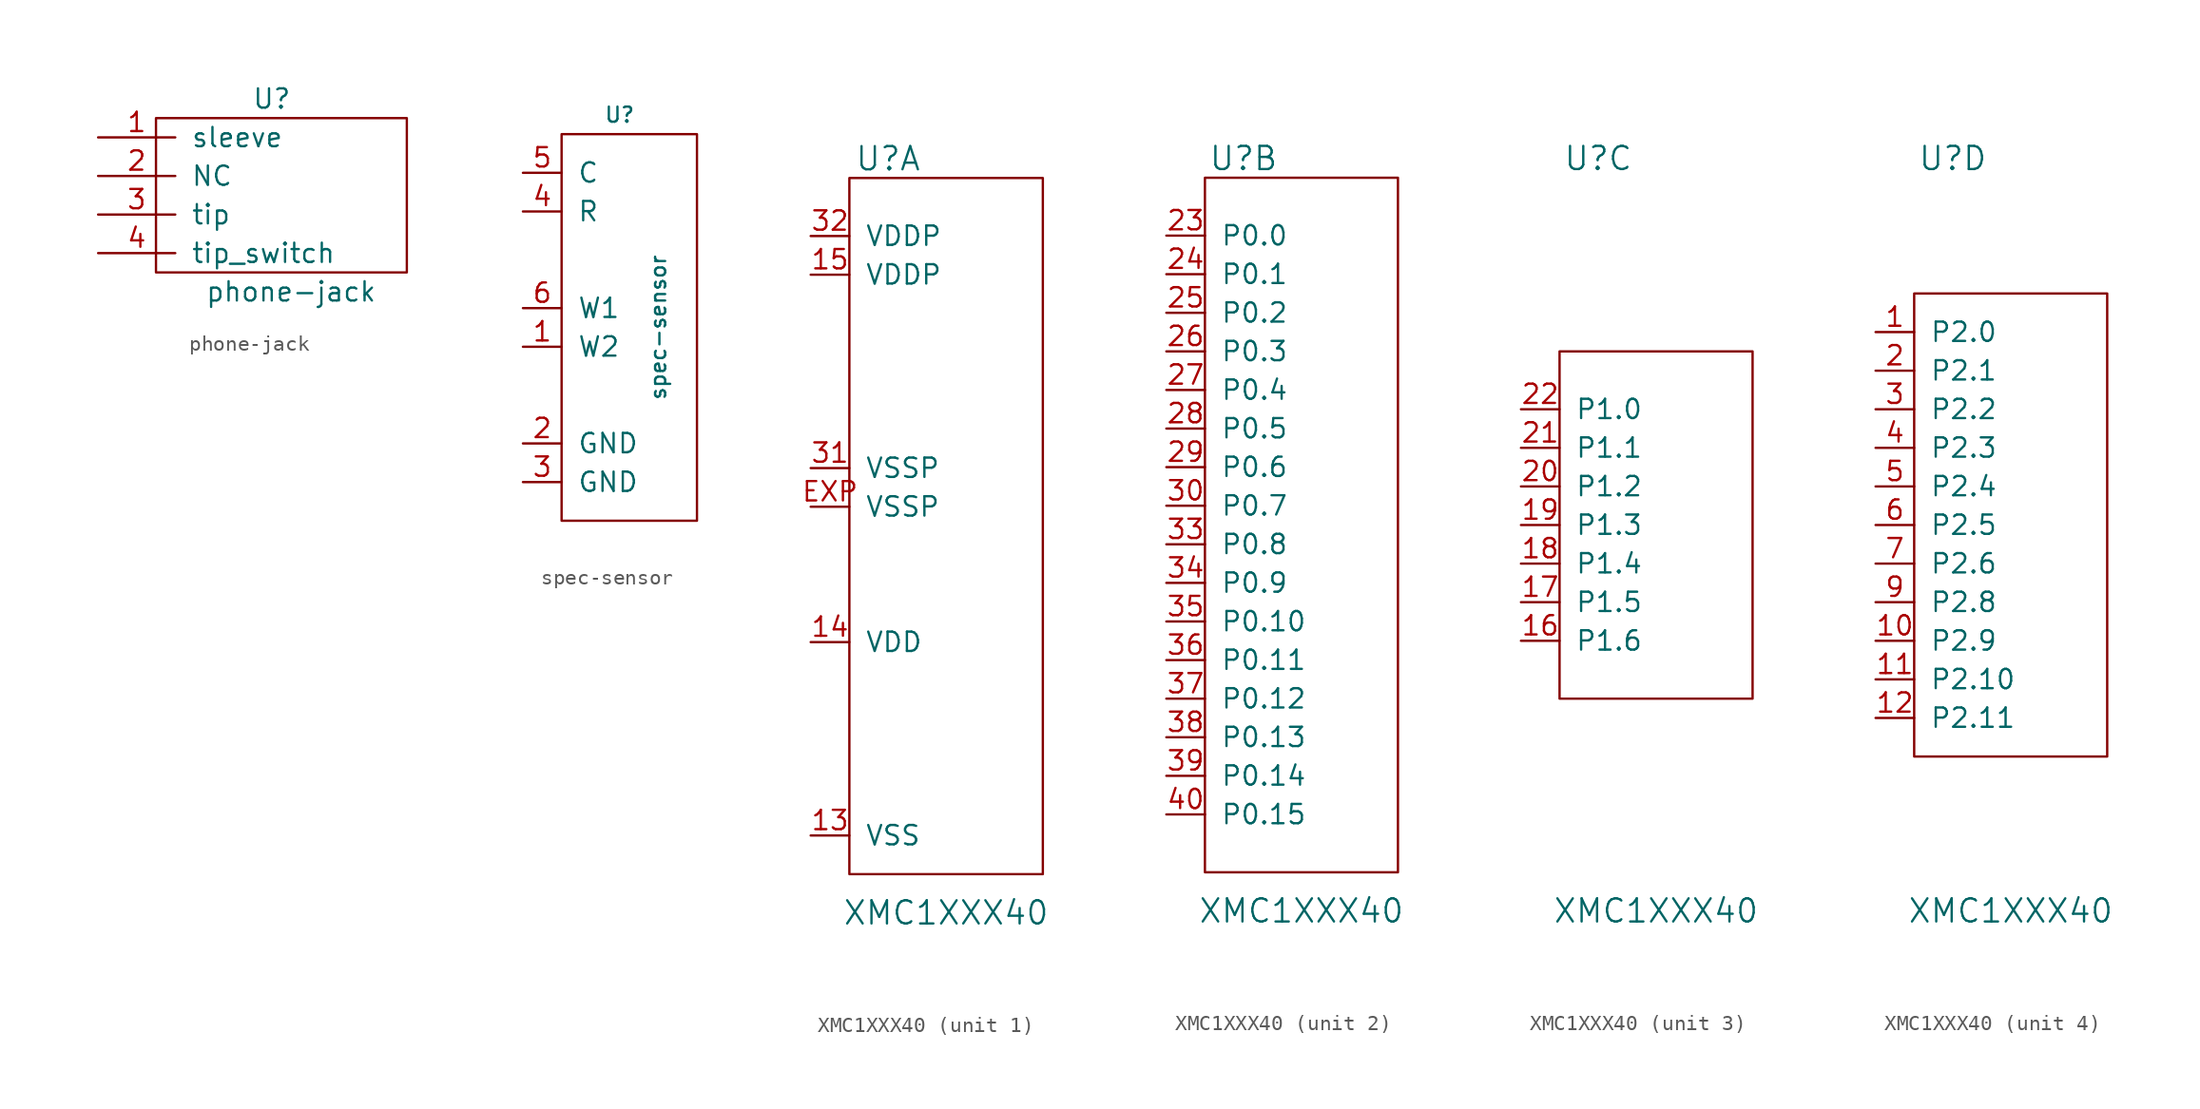
<source format=kicad_sym>
(kicad_symbol_lib
  (version 20210619)
  (generator kicad_symbol_editor)
  (symbol "tinkerforge:phone-jack"
    (pin_names
      (offset 1.016))
    (property "Reference" "U"
      (at 1.27 6.35 0)
      (effects (font (size 1.27 1.27))))
    (property "Value" "phone-jack"
      (at 2.54 -6.35 0)
      (effects (font (size 1.27 1.27))))
    (symbol "phone-jack_0_0"
      (rectangle (start -6.35 5.08) (end 10.16 -5.08) (stroke (width 0)) (fill (type none))))
    (symbol "phone-jack_1_1"
      (pin input line (at -10.16 3.81 0) (length 5.08) (name "sleeve" (effects (font (size 1.27 1.27)))) (number "1" (effects (font (size 1.27 1.27)))))
      (pin input line (at -10.16 1.27 0) (length 5.08) (name "NC" (effects (font (size 1.27 1.27)))) (number "2" (effects (font (size 1.27 1.27)))))
      (pin input line (at -10.16 -1.27 0) (length 5.08) (name "tip" (effects (font (size 1.27 1.27)))) (number "3" (effects (font (size 1.27 1.27)))))
      (pin input line (at -10.16 -3.81 0) (length 5.08) (name "tip_switch" (effects (font (size 1.27 1.27)))) (number "4" (effects (font (size 1.27 1.27)))))))
  (symbol "tinkerforge:spec-sensor"
    (pin_names
      (offset 1.016))
    (property "Reference" "U"
      (at 1.27 13.97 0)
      (effects (font (size 0.991 0.991))))
    (property "Value" "spec-sensor"
      (at 3.81 0 90)
      (effects (font (size 0.991 0.991))))
    (symbol "spec-sensor_0_1"
      (rectangle (start -2.54 12.7) (end 6.35 -12.7) (stroke (width 0)) (fill (type none))))
    (symbol "spec-sensor_1_1"
      (pin passive line (at -5.08 -1.27 0) (length 2.54) (name "W2" (effects (font (size 1.27 1.27)))) (number "1" (effects (font (size 1.27 1.27)))))
      (pin passive line (at -5.08 -7.62 0) (length 2.54) (name "GND" (effects (font (size 1.27 1.27)))) (number "2" (effects (font (size 1.27 1.27)))))
      (pin passive line (at -5.08 -10.16 0) (length 2.54) (name "GND" (effects (font (size 1.27 1.27)))) (number "3" (effects (font (size 1.27 1.27)))))
      (pin passive line (at -5.08 7.62 0) (length 2.54) (name "R" (effects (font (size 1.27 1.27)))) (number "4" (effects (font (size 1.27 1.27)))))
      (pin passive line (at -5.08 10.16 0) (length 2.54) (name "C" (effects (font (size 1.27 1.27)))) (number "5" (effects (font (size 1.27 1.27)))))
      (pin passive line (at -5.08 1.27 0) (length 2.54) (name "W1" (effects (font (size 1.27 1.27)))) (number "6" (effects (font (size 1.27 1.27)))))))
  (symbol "tinkerforge:XMC1XXX40"
    (pin_names
      (offset 1.016))
    (property "Reference" "U"
      (at -3.81 24.13 0)
      (effects (font (size 1.524 1.524))))
    (property "Value" "XMC1XXX40"
      (at 0 -25.4 0)
      (effects (font (size 1.524 1.524))))
    (property "Footprint" ""
      (at 3.81 19.05 0)
      (effects (font (size 1.524 1.524))))
    (property "Datasheet" ""
      (at 3.81 19.05 0)
      (effects (font (size 1.524 1.524))))
    (symbol "XMC1XXX40_1_1"
      (rectangle (start -6.35 22.86) (end 6.35 -22.86) (stroke (width 0)) (fill (type none)))
      (pin passive line (at -8.89 -20.32 0) (length 2.54) (name "VSS" (effects (font (size 1.27 1.27)))) (number "13" (effects (font (size 1.27 1.27)))))
      (pin passive line (at -8.89 -7.62 0) (length 2.54) (name "VDD" (effects (font (size 1.27 1.27)))) (number "14" (effects (font (size 1.27 1.27)))))
      (pin passive line (at -8.89 16.51 0) (length 2.54) (name "VDDP" (effects (font (size 1.27 1.27)))) (number "15" (effects (font (size 1.27 1.27)))))
      (pin passive line (at -8.89 3.81 0) (length 2.54) (name "VSSP" (effects (font (size 1.27 1.27)))) (number "31" (effects (font (size 1.27 1.27)))))
      (pin passive line (at -8.89 19.05 0) (length 2.54) (name "VDDP" (effects (font (size 1.27 1.27)))) (number "32" (effects (font (size 1.27 1.27)))))
      (pin passive line (at -8.89 1.27 0) (length 2.54) (name "VSSP" (effects (font (size 1.27 1.27)))) (number "EXP" (effects (font (size 1.27 1.27))))))
    (symbol "XMC1XXX40_2_1"
      (rectangle (start -6.35 22.86) (end 6.35 -22.86) (stroke (width 0)) (fill (type none)))
      (pin passive line (at -8.89 19.05 0) (length 2.54) (name "P0.0" (effects (font (size 1.27 1.27)))) (number "23" (effects (font (size 1.27 1.27)))))
      (pin passive line (at -8.89 16.51 0) (length 2.54) (name "P0.1" (effects (font (size 1.27 1.27)))) (number "24" (effects (font (size 1.27 1.27)))))
      (pin passive line (at -8.89 13.97 0) (length 2.54) (name "P0.2" (effects (font (size 1.27 1.27)))) (number "25" (effects (font (size 1.27 1.27)))))
      (pin passive line (at -8.89 11.43 0) (length 2.54) (name "P0.3" (effects (font (size 1.27 1.27)))) (number "26" (effects (font (size 1.27 1.27)))))
      (pin passive line (at -8.89 8.89 0) (length 2.54) (name "P0.4" (effects (font (size 1.27 1.27)))) (number "27" (effects (font (size 1.27 1.27)))))
      (pin passive line (at -8.89 6.35 0) (length 2.54) (name "P0.5" (effects (font (size 1.27 1.27)))) (number "28" (effects (font (size 1.27 1.27)))))
      (pin passive line (at -8.89 3.81 0) (length 2.54) (name "P0.6" (effects (font (size 1.27 1.27)))) (number "29" (effects (font (size 1.27 1.27)))))
      (pin passive line (at -8.89 1.27 0) (length 2.54) (name "P0.7" (effects (font (size 1.27 1.27)))) (number "30" (effects (font (size 1.27 1.27)))))
      (pin passive line (at -8.89 -1.27 0) (length 2.54) (name "P0.8" (effects (font (size 1.27 1.27)))) (number "33" (effects (font (size 1.27 1.27)))))
      (pin passive line (at -8.89 -3.81 0) (length 2.54) (name "P0.9" (effects (font (size 1.27 1.27)))) (number "34" (effects (font (size 1.27 1.27)))))
      (pin passive line (at -8.89 -6.35 0) (length 2.54) (name "P0.10" (effects (font (size 1.27 1.27)))) (number "35" (effects (font (size 1.27 1.27)))))
      (pin passive line (at -8.89 -8.89 0) (length 2.54) (name "P0.11" (effects (font (size 1.27 1.27)))) (number "36" (effects (font (size 1.27 1.27)))))
      (pin passive line (at -8.89 -11.43 0) (length 2.54) (name "P0.12" (effects (font (size 1.27 1.27)))) (number "37" (effects (font (size 1.27 1.27)))))
      (pin passive line (at -8.89 -13.97 0) (length 2.54) (name "P0.13" (effects (font (size 1.27 1.27)))) (number "38" (effects (font (size 1.27 1.27)))))
      (pin passive line (at -8.89 -16.51 0) (length 2.54) (name "P0.14" (effects (font (size 1.27 1.27)))) (number "39" (effects (font (size 1.27 1.27)))))
      (pin passive line (at -8.89 -19.05 0) (length 2.54) (name "P0.15" (effects (font (size 1.27 1.27)))) (number "40" (effects (font (size 1.27 1.27))))))
    (symbol "XMC1XXX40_3_1"
      (rectangle (start -6.35 11.43) (end 6.35 -11.43) (stroke (width 0)) (fill (type none)))
      (pin passive line (at -8.89 -7.62 0) (length 2.54) (name "P1.6" (effects (font (size 1.27 1.27)))) (number "16" (effects (font (size 1.27 1.27)))))
      (pin passive line (at -8.89 -5.08 0) (length 2.54) (name "P1.5" (effects (font (size 1.27 1.27)))) (number "17" (effects (font (size 1.27 1.27)))))
      (pin passive line (at -8.89 -2.54 0) (length 2.54) (name "P1.4" (effects (font (size 1.27 1.27)))) (number "18" (effects (font (size 1.27 1.27)))))
      (pin passive line (at -8.89 0 0) (length 2.54) (name "P1.3" (effects (font (size 1.27 1.27)))) (number "19" (effects (font (size 1.27 1.27)))))
      (pin passive line (at -8.89 2.54 0) (length 2.54) (name "P1.2" (effects (font (size 1.27 1.27)))) (number "20" (effects (font (size 1.27 1.27)))))
      (pin passive line (at -8.89 5.08 0) (length 2.54) (name "P1.1" (effects (font (size 1.27 1.27)))) (number "21" (effects (font (size 1.27 1.27)))))
      (pin passive line (at -8.89 7.62 0) (length 2.54) (name "P1.0" (effects (font (size 1.27 1.27)))) (number "22" (effects (font (size 1.27 1.27))))))
    (symbol "XMC1XXX40_4_1"
      (rectangle (start -6.35 15.24) (end 6.35 -15.24) (stroke (width 0)) (fill (type none)))
      (pin passive line (at -8.89 12.7 0) (length 2.54) (name "P2.0" (effects (font (size 1.27 1.27)))) (number "1" (effects (font (size 1.27 1.27)))))
      (pin passive line (at -8.89 -7.62 0) (length 2.54) (name "P2.9" (effects (font (size 1.27 1.27)))) (number "10" (effects (font (size 1.27 1.27)))))
      (pin passive line (at -8.89 -10.16 0) (length 2.54) (name "P2.10" (effects (font (size 1.27 1.27)))) (number "11" (effects (font (size 1.27 1.27)))))
      (pin passive line (at -8.89 -12.7 0) (length 2.54) (name "P2.11" (effects (font (size 1.27 1.27)))) (number "12" (effects (font (size 1.27 1.27)))))
      (pin passive line (at -8.89 10.16 0) (length 2.54) (name "P2.1" (effects (font (size 1.27 1.27)))) (number "2" (effects (font (size 1.27 1.27)))))
      (pin passive line (at -8.89 7.62 0) (length 2.54) (name "P2.2" (effects (font (size 1.27 1.27)))) (number "3" (effects (font (size 1.27 1.27)))))
      (pin passive line (at -8.89 5.08 0) (length 2.54) (name "P2.3" (effects (font (size 1.27 1.27)))) (number "4" (effects (font (size 1.27 1.27)))))
      (pin passive line (at -8.89 2.54 0) (length 2.54) (name "P2.4" (effects (font (size 1.27 1.27)))) (number "5" (effects (font (size 1.27 1.27)))))
      (pin passive line (at -8.89 0 0) (length 2.54) (name "P2.5" (effects (font (size 1.27 1.27)))) (number "6" (effects (font (size 1.27 1.27)))))
      (pin passive line (at -8.89 -2.54 0) (length 2.54) (name "P2.6" (effects (font (size 1.27 1.27)))) (number "7" (effects (font (size 1.27 1.27)))))
      (pin passive line (at -8.89 -5.08 0) (length 2.54) (name "P2.8" (effects (font (size 1.27 1.27)))) (number "9" (effects (font (size 1.27 1.27))))))))
</source>
